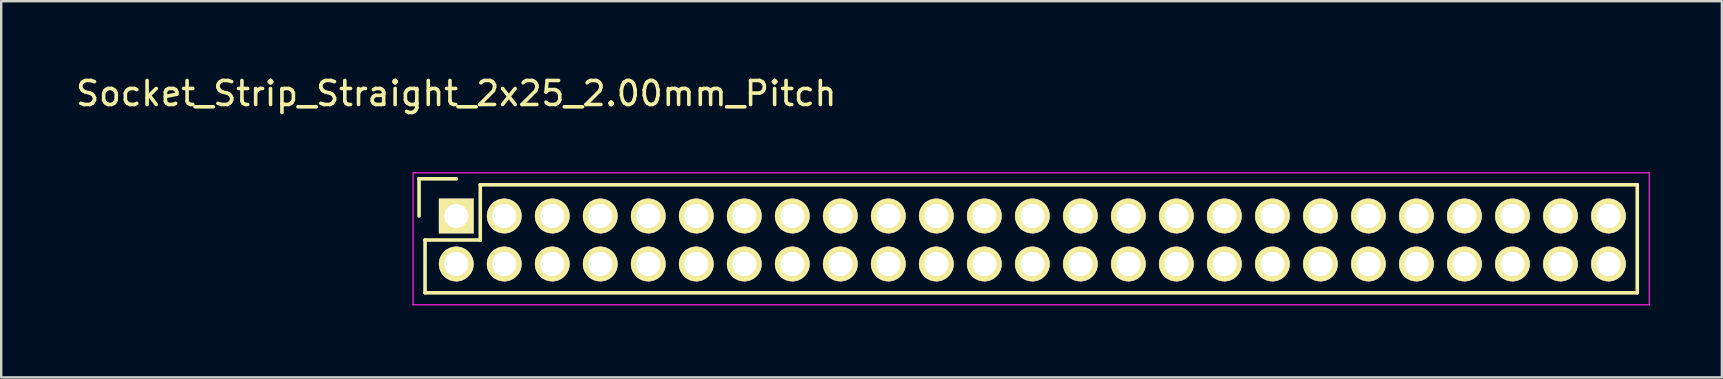
<source format=kicad_pcb>
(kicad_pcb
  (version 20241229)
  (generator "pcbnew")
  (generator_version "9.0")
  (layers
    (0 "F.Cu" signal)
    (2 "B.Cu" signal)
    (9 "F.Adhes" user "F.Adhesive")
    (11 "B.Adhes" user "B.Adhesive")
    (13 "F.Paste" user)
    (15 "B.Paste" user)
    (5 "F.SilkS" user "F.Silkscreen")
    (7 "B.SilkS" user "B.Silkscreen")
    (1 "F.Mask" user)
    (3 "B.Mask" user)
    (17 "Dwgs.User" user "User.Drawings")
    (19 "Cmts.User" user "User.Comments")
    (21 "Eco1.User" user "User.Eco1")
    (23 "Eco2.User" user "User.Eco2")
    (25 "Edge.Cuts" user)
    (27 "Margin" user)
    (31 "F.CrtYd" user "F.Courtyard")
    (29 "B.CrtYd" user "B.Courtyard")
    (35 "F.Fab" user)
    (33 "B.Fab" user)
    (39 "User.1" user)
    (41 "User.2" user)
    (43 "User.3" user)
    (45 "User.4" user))
  (footprint "Socket_Strip_Straight_2x25_2.00mm_Pitch"
    (layer "F.Cu")
    (at 15.958 5.948)
    (property "Reference" "Socket_Strip_Straight_2x25_2.00mm_Pitch" (at 0 -5.1 0) (layer "F.SilkS") (effects (font (size 1 1) (thickness 0.15))))
    (attr through_hole)
    (fp_line (start -1.55 -1.55) (end -1.55 0) (stroke (width 0.15) (type solid)) (layer "F.SilkS"))
    (fp_line (start -1.3 1) (end 1 1) (stroke (width 0.15) (type solid)) (layer "F.SilkS"))
    (fp_line (start -1.3 3.2) (end -1.3 1) (stroke (width 0.15) (type solid)) (layer "F.SilkS"))
    (fp_line (start 0 -1.55) (end -1.55 -1.55) (stroke (width 0.15) (type solid)) (layer "F.SilkS"))
    (fp_line (start 1 -1.3) (end 49.2 -1.3) (stroke (width 0.15) (type solid)) (layer "F.SilkS"))
    (fp_line (start 1 1) (end 1 -1.3) (stroke (width 0.15) (type solid)) (layer "F.SilkS"))
    (fp_line (start 49.2 3.2) (end -1.3 3.2) (stroke (width 0.15) (type solid)) (layer "F.SilkS"))
    (fp_line (start 49.2 3.2) (end 49.2 -1.3) (stroke (width 0.15) (type solid)) (layer "F.SilkS"))
    (fp_line (start -1.8 -1.8) (end -1.8 3.7) (stroke (width 0.05) (type solid)) (layer "F.CrtYd"))
    (fp_line (start -1.8 -1.8) (end 49.7 -1.8) (stroke (width 0.05) (type solid)) (layer "F.CrtYd"))
    (fp_line (start -1.8 3.7) (end 49.7 3.7) (stroke (width 0.05) (type solid)) (layer "F.CrtYd"))
    (fp_line (start 49.7 -1.8) (end 49.7 3.7) (stroke (width 0.05) (type solid)) (layer "F.CrtYd"))
    (pad "1" thru_hole rect (at 0 0) (size 1.45 1.45) (drill 1) (layers "*.Cu" "*.Mask" "F.SilkS"))
    (pad "2" thru_hole circle (at 0 2) (size 1.45 1.45) (drill 1) (layers "*.Cu" "*.Mask" "F.SilkS"))
    (pad "3" thru_hole circle (at 2 0) (size 1.45 1.45) (drill 1) (layers "*.Cu" "*.Mask" "F.SilkS"))
    (pad "4" thru_hole circle (at 2 2) (size 1.45 1.45) (drill 1) (layers "*.Cu" "*.Mask" "F.SilkS"))
    (pad "5" thru_hole circle (at 4 0) (size 1.45 1.45) (drill 1) (layers "*.Cu" "*.Mask" "F.SilkS"))
    (pad "6" thru_hole circle (at 4 2) (size 1.45 1.45) (drill 1) (layers "*.Cu" "*.Mask" "F.SilkS"))
    (pad "7" thru_hole circle (at 6 0) (size 1.45 1.45) (drill 1) (layers "*.Cu" "*.Mask" "F.SilkS"))
    (pad "8" thru_hole circle (at 6 2) (size 1.45 1.45) (drill 1) (layers "*.Cu" "*.Mask" "F.SilkS"))
    (pad "9" thru_hole circle (at 8 0) (size 1.45 1.45) (drill 1) (layers "*.Cu" "*.Mask" "F.SilkS"))
    (pad "10" thru_hole circle (at 8 2) (size 1.45 1.45) (drill 1) (layers "*.Cu" "*.Mask" "F.SilkS"))
    (pad "11" thru_hole circle (at 10 0) (size 1.45 1.45) (drill 1) (layers "*.Cu" "*.Mask" "F.SilkS"))
    (pad "12" thru_hole circle (at 10 2) (size 1.45 1.45) (drill 1) (layers "*.Cu" "*.Mask" "F.SilkS"))
    (pad "13" thru_hole circle (at 12 0) (size 1.45 1.45) (drill 1) (layers "*.Cu" "*.Mask" "F.SilkS"))
    (pad "14" thru_hole circle (at 12 2) (size 1.45 1.45) (drill 1) (layers "*.Cu" "*.Mask" "F.SilkS"))
    (pad "15" thru_hole circle (at 14 0) (size 1.45 1.45) (drill 1) (layers "*.Cu" "*.Mask" "F.SilkS"))
    (pad "16" thru_hole circle (at 14 2) (size 1.45 1.45) (drill 1) (layers "*.Cu" "*.Mask" "F.SilkS"))
    (pad "17" thru_hole circle (at 16 0) (size 1.45 1.45) (drill 1) (layers "*.Cu" "*.Mask" "F.SilkS"))
    (pad "18" thru_hole circle (at 16 2) (size 1.45 1.45) (drill 1) (layers "*.Cu" "*.Mask" "F.SilkS"))
    (pad "19" thru_hole circle (at 18 0) (size 1.45 1.45) (drill 1) (layers "*.Cu" "*.Mask" "F.SilkS"))
    (pad "20" thru_hole circle (at 18 2) (size 1.45 1.45) (drill 1) (layers "*.Cu" "*.Mask" "F.SilkS"))
    (pad "21" thru_hole circle (at 20 0) (size 1.45 1.45) (drill 1) (layers "*.Cu" "*.Mask" "F.SilkS"))
    (pad "22" thru_hole circle (at 20 2) (size 1.45 1.45) (drill 1) (layers "*.Cu" "*.Mask" "F.SilkS"))
    (pad "23" thru_hole circle (at 22 0) (size 1.45 1.45) (drill 1) (layers "*.Cu" "*.Mask" "F.SilkS"))
    (pad "24" thru_hole circle (at 22 2) (size 1.45 1.45) (drill 1) (layers "*.Cu" "*.Mask" "F.SilkS"))
    (pad "25" thru_hole circle (at 24 0) (size 1.45 1.45) (drill 1) (layers "*.Cu" "*.Mask" "F.SilkS"))
    (pad "26" thru_hole circle (at 24 2) (size 1.45 1.45) (drill 1) (layers "*.Cu" "*.Mask" "F.SilkS"))
    (pad "27" thru_hole circle (at 26 0) (size 1.45 1.45) (drill 1) (layers "*.Cu" "*.Mask" "F.SilkS"))
    (pad "28" thru_hole circle (at 26 2) (size 1.45 1.45) (drill 1) (layers "*.Cu" "*.Mask" "F.SilkS"))
    (pad "29" thru_hole circle (at 28 0) (size 1.45 1.45) (drill 1) (layers "*.Cu" "*.Mask" "F.SilkS"))
    (pad "30" thru_hole circle (at 28 2) (size 1.45 1.45) (drill 1) (layers "*.Cu" "*.Mask" "F.SilkS"))
    (pad "31" thru_hole circle (at 30 0) (size 1.45 1.45) (drill 1) (layers "*.Cu" "*.Mask" "F.SilkS"))
    (pad "32" thru_hole circle (at 30 2) (size 1.45 1.45) (drill 1) (layers "*.Cu" "*.Mask" "F.SilkS"))
    (pad "33" thru_hole circle (at 32 0) (size 1.45 1.45) (drill 1) (layers "*.Cu" "*.Mask" "F.SilkS"))
    (pad "34" thru_hole circle (at 32 2) (size 1.45 1.45) (drill 1) (layers "*.Cu" "*.Mask" "F.SilkS"))
    (pad "35" thru_hole circle (at 34 0) (size 1.45 1.45) (drill 1) (layers "*.Cu" "*.Mask" "F.SilkS"))
    (pad "36" thru_hole circle (at 34 2) (size 1.45 1.45) (drill 1) (layers "*.Cu" "*.Mask" "F.SilkS"))
    (pad "37" thru_hole circle (at 36 0) (size 1.45 1.45) (drill 1) (layers "*.Cu" "*.Mask" "F.SilkS"))
    (pad "38" thru_hole circle (at 36 2) (size 1.45 1.45) (drill 1) (layers "*.Cu" "*.Mask" "F.SilkS"))
    (pad "39" thru_hole circle (at 38 0) (size 1.45 1.45) (drill 1) (layers "*.Cu" "*.Mask" "F.SilkS"))
    (pad "40" thru_hole circle (at 38 2) (size 1.45 1.45) (drill 1) (layers "*.Cu" "*.Mask" "F.SilkS"))
    (pad "41" thru_hole circle (at 40 0) (size 1.45 1.45) (drill 1) (layers "*.Cu" "*.Mask" "F.SilkS"))
    (pad "42" thru_hole circle (at 40 2) (size 1.45 1.45) (drill 1) (layers "*.Cu" "*.Mask" "F.SilkS"))
    (pad "43" thru_hole circle (at 42 0) (size 1.45 1.45) (drill 1) (layers "*.Cu" "*.Mask" "F.SilkS"))
    (pad "44" thru_hole circle (at 42 2) (size 1.45 1.45) (drill 1) (layers "*.Cu" "*.Mask" "F.SilkS"))
    (pad "45" thru_hole circle (at 44 0) (size 1.45 1.45) (drill 1) (layers "*.Cu" "*.Mask" "F.SilkS"))
    (pad "46" thru_hole circle (at 44 2) (size 1.45 1.45) (drill 1) (layers "*.Cu" "*.Mask" "F.SilkS"))
    (pad "47" thru_hole circle (at 46 0) (size 1.45 1.45) (drill 1) (layers "*.Cu" "*.Mask" "F.SilkS"))
    (pad "48" thru_hole circle (at 46 2) (size 1.45 1.45) (drill 1) (layers "*.Cu" "*.Mask" "F.SilkS"))
    (pad "49" thru_hole circle (at 48 0) (size 1.45 1.45) (drill 1) (layers "*.Cu" "*.Mask" "F.SilkS"))
    (pad "50" thru_hole circle (at 48 2) (size 1.45 1.45) (drill 1) (layers "*.Cu" "*.Mask" "F.SilkS")))
  (gr_rect
    (start -3 -3)
    (end 68.683 12.673)
    (stroke (width 0.1) (type default))
    (fill no)
    (layer "Edge.Cuts")))
</source>
